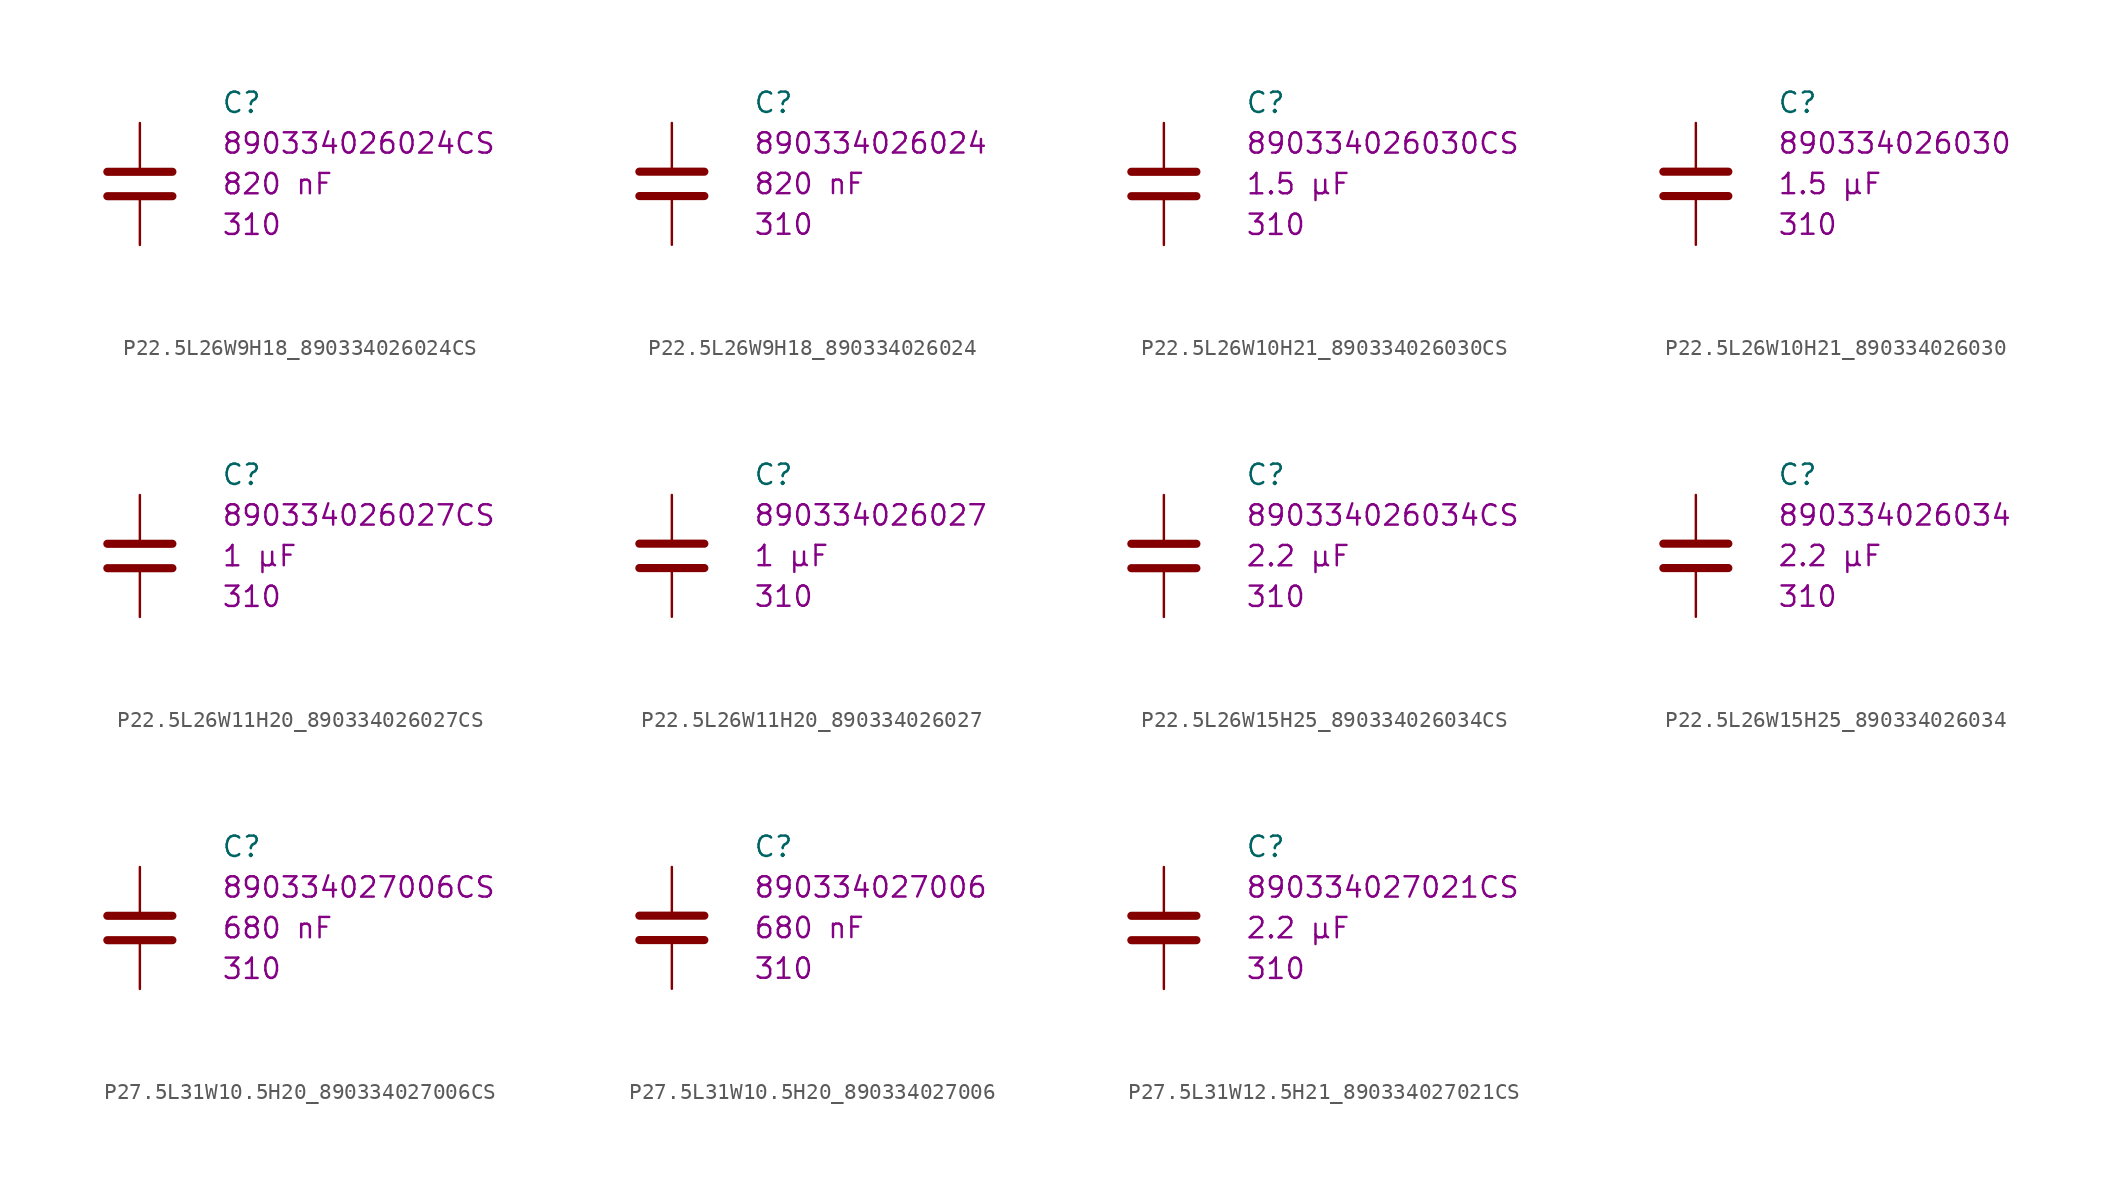
<source format=kicad_sym>
(kicad_symbol_lib
  (version 20220914)
  (generator kicad_symbol_editor)
  (symbol "P22.5L26W9H18_890334026024CS"
    (pin_numbers hide)
    (pin_names hide)
    (property "Reference" "C"
      (at 5.08 5.08 0)
      (effects (font (size 1.27 1.27)) (justify left)))
    (property "Part Number" "890334026024CS"
      (at 5.08 2.54 0)
      (effects (font (size 1.27 1.27)) (justify left)))
    (property "Capacitance" "820 nF"
      (at 5.08 0 0)
      (effects (font (size 1.27 1.27)) (justify left)))
    (property "Voltage" "310"
      (at 5.08 -2.54 0)
      (effects (font (size 1.27 1.27)) (justify left)))
    (property "Critical Parameter" ""
      (at 0 -7.62 0)
      (effects (font (size 1.27 1.27))))
    (symbol "P22.5L26W9H18_890334026024CS_0_1"
      (polyline (pts (xy -2.032 -0.762) (xy 2.032 -0.762)) (stroke (width 0.508) (type default)) (fill (type none)))
      (polyline (pts (xy -2.032 0.762) (xy 2.032 0.762)) (stroke (width 0.508) (type default)) (fill (type none))))
    (symbol "P22.5L26W9H18_890334026024CS_1_1"
      (pin passive line (at 0 3.81 270) (length 2.794) (name "1" (effects (font (size 1.27 1.27)))) (number "1" (effects (font (size 1.27 1.27)))))
      (pin passive line (at 0 -3.81 90) (length 2.794) (name "2" (effects (font (size 1.27 1.27)))) (number "2" (effects (font (size 1.27 1.27)))))))
  (symbol "P22.5L26W9H18_890334026024"
    (pin_numbers hide)
    (pin_names hide)
    (property "Reference" "C"
      (at 5.08 5.08 0)
      (effects (font (size 1.27 1.27)) (justify left)))
    (property "Part Number" "890334026024"
      (at 5.08 2.54 0)
      (effects (font (size 1.27 1.27)) (justify left)))
    (property "Capacitance" "820 nF"
      (at 5.08 0 0)
      (effects (font (size 1.27 1.27)) (justify left)))
    (property "Voltage" "310"
      (at 5.08 -2.54 0)
      (effects (font (size 1.27 1.27)) (justify left)))
    (property "Critical Parameter" ""
      (at 0 -7.62 0)
      (effects (font (size 1.27 1.27))))
    (symbol "P22.5L26W9H18_890334026024_0_1"
      (polyline (pts (xy -2.032 -0.762) (xy 2.032 -0.762)) (stroke (width 0.508) (type default)) (fill (type none)))
      (polyline (pts (xy -2.032 0.762) (xy 2.032 0.762)) (stroke (width 0.508) (type default)) (fill (type none))))
    (symbol "P22.5L26W9H18_890334026024_1_1"
      (pin passive line (at 0 3.81 270) (length 2.794) (name "1" (effects (font (size 1.27 1.27)))) (number "1" (effects (font (size 1.27 1.27)))))
      (pin passive line (at 0 -3.81 90) (length 2.794) (name "2" (effects (font (size 1.27 1.27)))) (number "2" (effects (font (size 1.27 1.27)))))))
  (symbol "P22.5L26W10H21_890334026030CS"
    (pin_numbers hide)
    (pin_names hide)
    (property "Reference" "C"
      (at 5.08 5.08 0)
      (effects (font (size 1.27 1.27)) (justify left)))
    (property "Part Number" "890334026030CS"
      (at 5.08 2.54 0)
      (effects (font (size 1.27 1.27)) (justify left)))
    (property "Capacitance" "1.5 µF"
      (at 5.08 0 0)
      (effects (font (size 1.27 1.27)) (justify left)))
    (property "Voltage" "310"
      (at 5.08 -2.54 0)
      (effects (font (size 1.27 1.27)) (justify left)))
    (property "Critical Parameter" ""
      (at 0 -7.62 0)
      (effects (font (size 1.27 1.27))))
    (symbol "P22.5L26W10H21_890334026030CS_0_1"
      (polyline (pts (xy -2.032 -0.762) (xy 2.032 -0.762)) (stroke (width 0.508) (type default)) (fill (type none)))
      (polyline (pts (xy -2.032 0.762) (xy 2.032 0.762)) (stroke (width 0.508) (type default)) (fill (type none))))
    (symbol "P22.5L26W10H21_890334026030CS_1_1"
      (pin passive line (at 0 3.81 270) (length 2.794) (name "1" (effects (font (size 1.27 1.27)))) (number "1" (effects (font (size 1.27 1.27)))))
      (pin passive line (at 0 -3.81 90) (length 2.794) (name "2" (effects (font (size 1.27 1.27)))) (number "2" (effects (font (size 1.27 1.27)))))))
  (symbol "P22.5L26W10H21_890334026030"
    (pin_numbers hide)
    (pin_names hide)
    (property "Reference" "C"
      (at 5.08 5.08 0)
      (effects (font (size 1.27 1.27)) (justify left)))
    (property "Part Number" "890334026030"
      (at 5.08 2.54 0)
      (effects (font (size 1.27 1.27)) (justify left)))
    (property "Capacitance" "1.5 µF"
      (at 5.08 0 0)
      (effects (font (size 1.27 1.27)) (justify left)))
    (property "Voltage" "310"
      (at 5.08 -2.54 0)
      (effects (font (size 1.27 1.27)) (justify left)))
    (property "Critical Parameter" ""
      (at 0 -7.62 0)
      (effects (font (size 1.27 1.27))))
    (symbol "P22.5L26W10H21_890334026030_0_1"
      (polyline (pts (xy -2.032 -0.762) (xy 2.032 -0.762)) (stroke (width 0.508) (type default)) (fill (type none)))
      (polyline (pts (xy -2.032 0.762) (xy 2.032 0.762)) (stroke (width 0.508) (type default)) (fill (type none))))
    (symbol "P22.5L26W10H21_890334026030_1_1"
      (pin passive line (at 0 3.81 270) (length 2.794) (name "1" (effects (font (size 1.27 1.27)))) (number "1" (effects (font (size 1.27 1.27)))))
      (pin passive line (at 0 -3.81 90) (length 2.794) (name "2" (effects (font (size 1.27 1.27)))) (number "2" (effects (font (size 1.27 1.27)))))))
  (symbol "P22.5L26W11H20_890334026027CS"
    (pin_numbers hide)
    (pin_names hide)
    (property "Reference" "C"
      (at 5.08 5.08 0)
      (effects (font (size 1.27 1.27)) (justify left)))
    (property "Part Number" "890334026027CS"
      (at 5.08 2.54 0)
      (effects (font (size 1.27 1.27)) (justify left)))
    (property "Capacitance" "1 µF"
      (at 5.08 0 0)
      (effects (font (size 1.27 1.27)) (justify left)))
    (property "Voltage" "310"
      (at 5.08 -2.54 0)
      (effects (font (size 1.27 1.27)) (justify left)))
    (property "Critical Parameter" ""
      (at 0 -7.62 0)
      (effects (font (size 1.27 1.27))))
    (symbol "P22.5L26W11H20_890334026027CS_0_1"
      (polyline (pts (xy -2.032 -0.762) (xy 2.032 -0.762)) (stroke (width 0.508) (type default)) (fill (type none)))
      (polyline (pts (xy -2.032 0.762) (xy 2.032 0.762)) (stroke (width 0.508) (type default)) (fill (type none))))
    (symbol "P22.5L26W11H20_890334026027CS_1_1"
      (pin passive line (at 0 3.81 270) (length 2.794) (name "1" (effects (font (size 1.27 1.27)))) (number "1" (effects (font (size 1.27 1.27)))))
      (pin passive line (at 0 -3.81 90) (length 2.794) (name "2" (effects (font (size 1.27 1.27)))) (number "2" (effects (font (size 1.27 1.27)))))))
  (symbol "P22.5L26W11H20_890334026027"
    (pin_numbers hide)
    (pin_names hide)
    (property "Reference" "C"
      (at 5.08 5.08 0)
      (effects (font (size 1.27 1.27)) (justify left)))
    (property "Part Number" "890334026027"
      (at 5.08 2.54 0)
      (effects (font (size 1.27 1.27)) (justify left)))
    (property "Capacitance" "1 µF"
      (at 5.08 0 0)
      (effects (font (size 1.27 1.27)) (justify left)))
    (property "Voltage" "310"
      (at 5.08 -2.54 0)
      (effects (font (size 1.27 1.27)) (justify left)))
    (property "Critical Parameter" ""
      (at 0 -7.62 0)
      (effects (font (size 1.27 1.27))))
    (symbol "P22.5L26W11H20_890334026027_0_1"
      (polyline (pts (xy -2.032 -0.762) (xy 2.032 -0.762)) (stroke (width 0.508) (type default)) (fill (type none)))
      (polyline (pts (xy -2.032 0.762) (xy 2.032 0.762)) (stroke (width 0.508) (type default)) (fill (type none))))
    (symbol "P22.5L26W11H20_890334026027_1_1"
      (pin passive line (at 0 3.81 270) (length 2.794) (name "1" (effects (font (size 1.27 1.27)))) (number "1" (effects (font (size 1.27 1.27)))))
      (pin passive line (at 0 -3.81 90) (length 2.794) (name "2" (effects (font (size 1.27 1.27)))) (number "2" (effects (font (size 1.27 1.27)))))))
  (symbol "P22.5L26W15H25_890334026034CS"
    (pin_numbers hide)
    (pin_names hide)
    (property "Reference" "C"
      (at 5.08 5.08 0)
      (effects (font (size 1.27 1.27)) (justify left)))
    (property "Part Number" "890334026034CS"
      (at 5.08 2.54 0)
      (effects (font (size 1.27 1.27)) (justify left)))
    (property "Capacitance" "2.2 µF"
      (at 5.08 0 0)
      (effects (font (size 1.27 1.27)) (justify left)))
    (property "Voltage" "310"
      (at 5.08 -2.54 0)
      (effects (font (size 1.27 1.27)) (justify left)))
    (property "Critical Parameter" ""
      (at 0 -7.62 0)
      (effects (font (size 1.27 1.27))))
    (symbol "P22.5L26W15H25_890334026034CS_0_1"
      (polyline (pts (xy -2.032 -0.762) (xy 2.032 -0.762)) (stroke (width 0.508) (type default)) (fill (type none)))
      (polyline (pts (xy -2.032 0.762) (xy 2.032 0.762)) (stroke (width 0.508) (type default)) (fill (type none))))
    (symbol "P22.5L26W15H25_890334026034CS_1_1"
      (pin passive line (at 0 3.81 270) (length 2.794) (name "1" (effects (font (size 1.27 1.27)))) (number "1" (effects (font (size 1.27 1.27)))))
      (pin passive line (at 0 -3.81 90) (length 2.794) (name "2" (effects (font (size 1.27 1.27)))) (number "2" (effects (font (size 1.27 1.27)))))))
  (symbol "P22.5L26W15H25_890334026034"
    (pin_numbers hide)
    (pin_names hide)
    (property "Reference" "C"
      (at 5.08 5.08 0)
      (effects (font (size 1.27 1.27)) (justify left)))
    (property "Part Number" "890334026034"
      (at 5.08 2.54 0)
      (effects (font (size 1.27 1.27)) (justify left)))
    (property "Capacitance" "2.2 µF"
      (at 5.08 0 0)
      (effects (font (size 1.27 1.27)) (justify left)))
    (property "Voltage" "310"
      (at 5.08 -2.54 0)
      (effects (font (size 1.27 1.27)) (justify left)))
    (property "Critical Parameter" ""
      (at 0 -7.62 0)
      (effects (font (size 1.27 1.27))))
    (symbol "P22.5L26W15H25_890334026034_0_1"
      (polyline (pts (xy -2.032 -0.762) (xy 2.032 -0.762)) (stroke (width 0.508) (type default)) (fill (type none)))
      (polyline (pts (xy -2.032 0.762) (xy 2.032 0.762)) (stroke (width 0.508) (type default)) (fill (type none))))
    (symbol "P22.5L26W15H25_890334026034_1_1"
      (pin passive line (at 0 3.81 270) (length 2.794) (name "1" (effects (font (size 1.27 1.27)))) (number "1" (effects (font (size 1.27 1.27)))))
      (pin passive line (at 0 -3.81 90) (length 2.794) (name "2" (effects (font (size 1.27 1.27)))) (number "2" (effects (font (size 1.27 1.27)))))))
  (symbol "P27.5L31W10.5H20_890334027006CS"
    (pin_numbers hide)
    (pin_names hide)
    (property "Reference" "C"
      (at 5.08 5.08 0)
      (effects (font (size 1.27 1.27)) (justify left)))
    (property "Part Number" "890334027006CS"
      (at 5.08 2.54 0)
      (effects (font (size 1.27 1.27)) (justify left)))
    (property "Capacitance" "680 nF"
      (at 5.08 0 0)
      (effects (font (size 1.27 1.27)) (justify left)))
    (property "Voltage" "310"
      (at 5.08 -2.54 0)
      (effects (font (size 1.27 1.27)) (justify left)))
    (property "Critical Parameter" ""
      (at 0 -7.62 0)
      (effects (font (size 1.27 1.27))))
    (symbol "P27.5L31W10.5H20_890334027006CS_0_1"
      (polyline (pts (xy -2.032 -0.762) (xy 2.032 -0.762)) (stroke (width 0.508) (type default)) (fill (type none)))
      (polyline (pts (xy -2.032 0.762) (xy 2.032 0.762)) (stroke (width 0.508) (type default)) (fill (type none))))
    (symbol "P27.5L31W10.5H20_890334027006CS_1_1"
      (pin passive line (at 0 3.81 270) (length 2.794) (name "1" (effects (font (size 1.27 1.27)))) (number "1" (effects (font (size 1.27 1.27)))))
      (pin passive line (at 0 -3.81 90) (length 2.794) (name "2" (effects (font (size 1.27 1.27)))) (number "2" (effects (font (size 1.27 1.27)))))))
  (symbol "P27.5L31W10.5H20_890334027006"
    (pin_numbers hide)
    (pin_names hide)
    (property "Reference" "C"
      (at 5.08 5.08 0)
      (effects (font (size 1.27 1.27)) (justify left)))
    (property "Part Number" "890334027006"
      (at 5.08 2.54 0)
      (effects (font (size 1.27 1.27)) (justify left)))
    (property "Capacitance" "680 nF"
      (at 5.08 0 0)
      (effects (font (size 1.27 1.27)) (justify left)))
    (property "Voltage" "310"
      (at 5.08 -2.54 0)
      (effects (font (size 1.27 1.27)) (justify left)))
    (property "Critical Parameter" ""
      (at 0 -7.62 0)
      (effects (font (size 1.27 1.27))))
    (symbol "P27.5L31W10.5H20_890334027006_0_1"
      (polyline (pts (xy -2.032 -0.762) (xy 2.032 -0.762)) (stroke (width 0.508) (type default)) (fill (type none)))
      (polyline (pts (xy -2.032 0.762) (xy 2.032 0.762)) (stroke (width 0.508) (type default)) (fill (type none))))
    (symbol "P27.5L31W10.5H20_890334027006_1_1"
      (pin passive line (at 0 3.81 270) (length 2.794) (name "1" (effects (font (size 1.27 1.27)))) (number "1" (effects (font (size 1.27 1.27)))))
      (pin passive line (at 0 -3.81 90) (length 2.794) (name "2" (effects (font (size 1.27 1.27)))) (number "2" (effects (font (size 1.27 1.27)))))))
  (symbol "P27.5L31W12.5H21_890334027021CS"
    (pin_numbers hide)
    (pin_names hide)
    (property "Reference" "C"
      (at 5.08 5.08 0)
      (effects (font (size 1.27 1.27)) (justify left)))
    (property "Part Number" "890334027021CS"
      (at 5.08 2.54 0)
      (effects (font (size 1.27 1.27)) (justify left)))
    (property "Capacitance" "2.2 µF"
      (at 5.08 0 0)
      (effects (font (size 1.27 1.27)) (justify left)))
    (property "Voltage" "310"
      (at 5.08 -2.54 0)
      (effects (font (size 1.27 1.27)) (justify left)))
    (property "Critical Parameter" ""
      (at 0 -7.62 0)
      (effects (font (size 1.27 1.27))))
    (symbol "P27.5L31W12.5H21_890334027021CS_0_1"
      (polyline (pts (xy -2.032 -0.762) (xy 2.032 -0.762)) (stroke (width 0.508) (type default)) (fill (type none)))
      (polyline (pts (xy -2.032 0.762) (xy 2.032 0.762)) (stroke (width 0.508) (type default)) (fill (type none))))
    (symbol "P27.5L31W12.5H21_890334027021CS_1_1"
      (pin passive line (at 0 3.81 270) (length 2.794) (name "1" (effects (font (size 1.27 1.27)))) (number "1" (effects (font (size 1.27 1.27)))))
      (pin passive line (at 0 -3.81 90) (length 2.794) (name "2" (effects (font (size 1.27 1.27)))) (number "2" (effects (font (size 1.27 1.27))))))))
</source>
